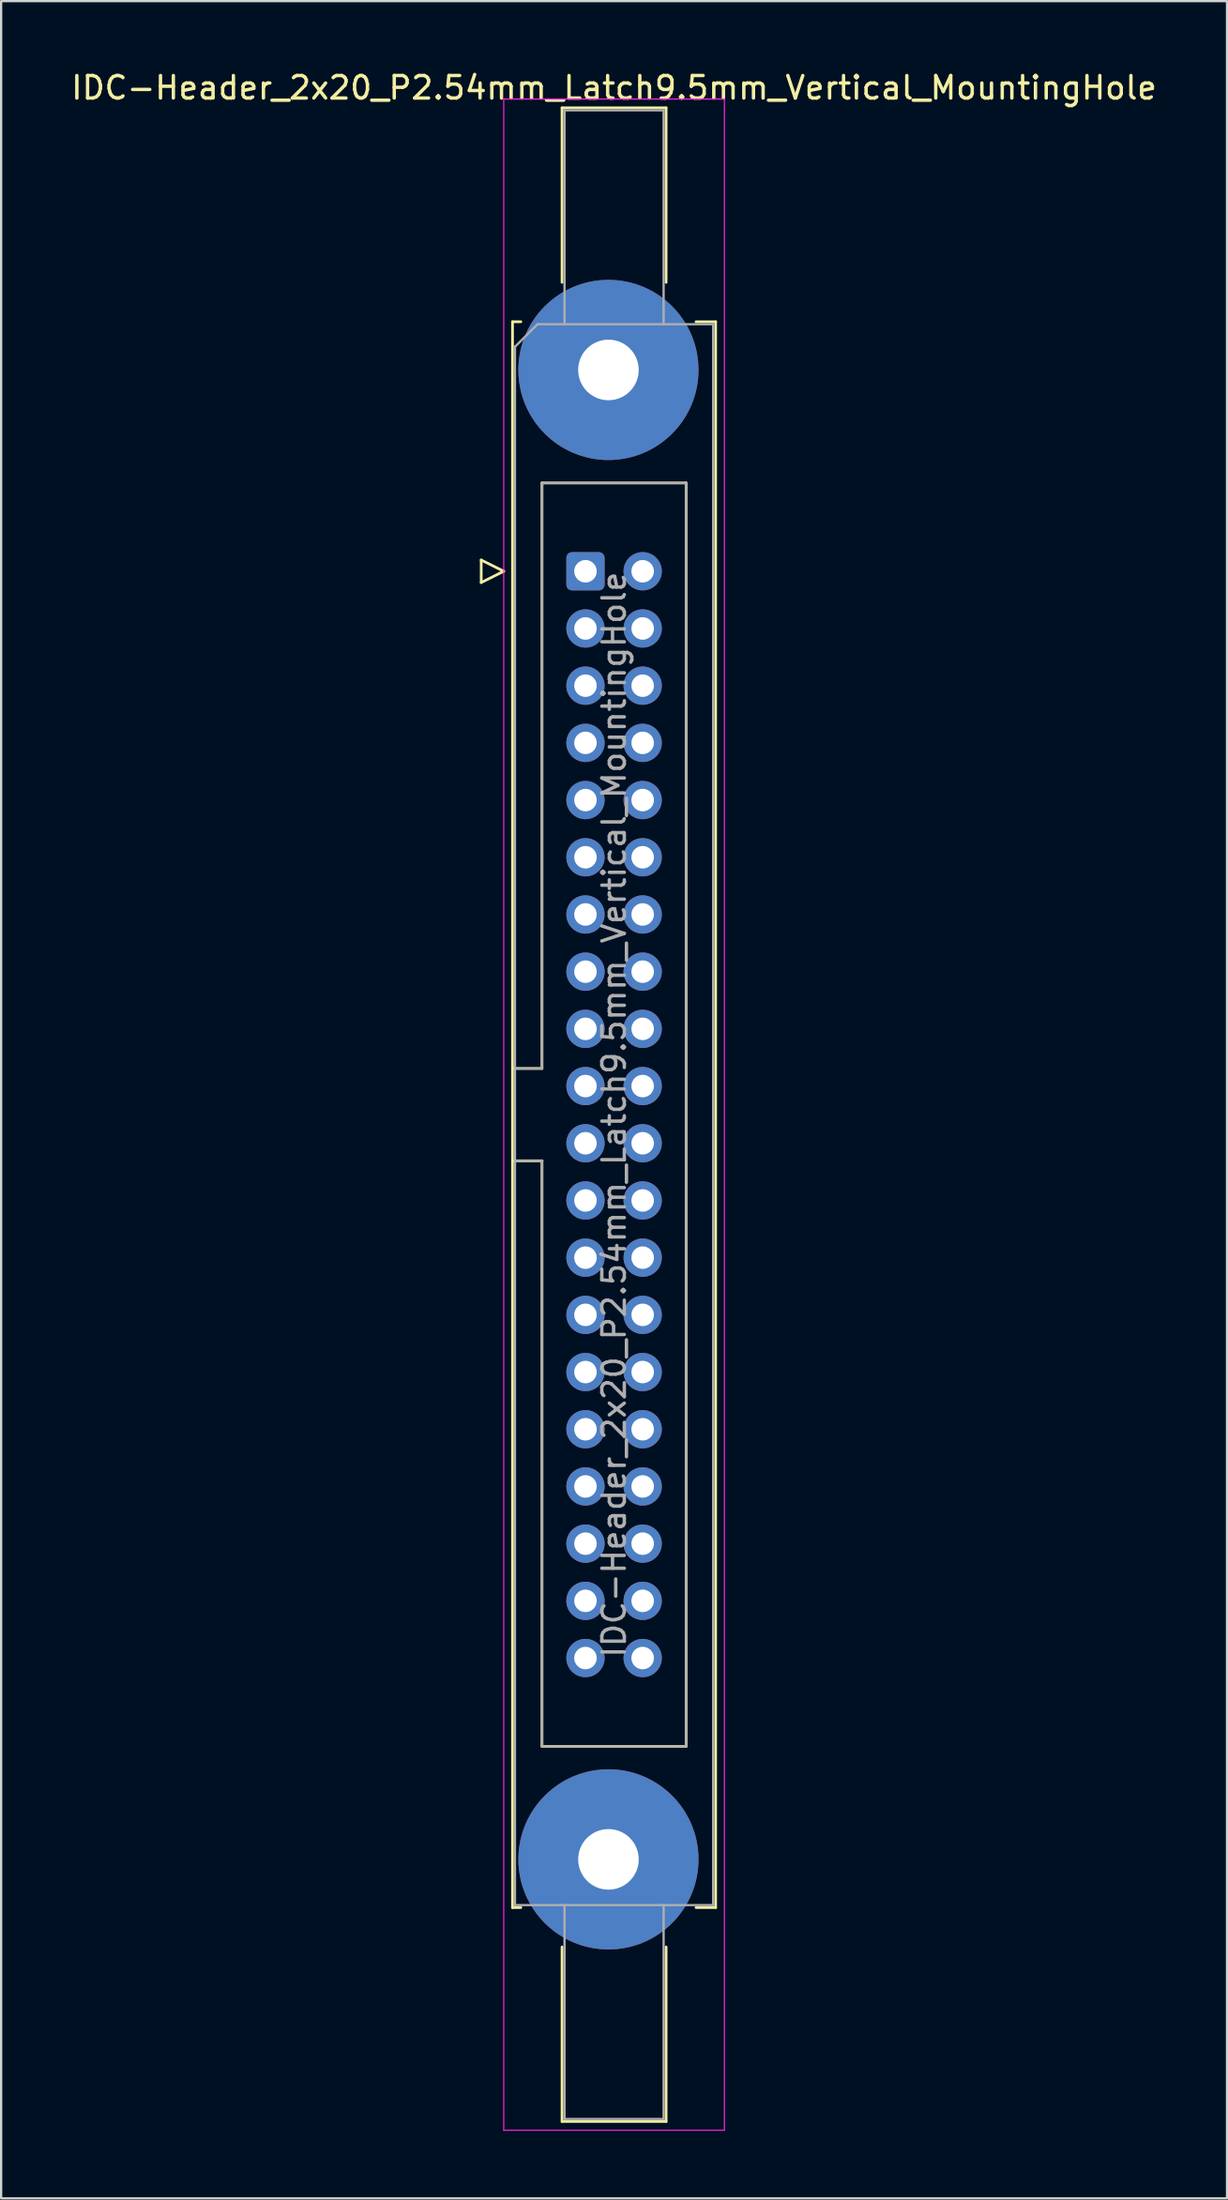
<source format=kicad_pcb>
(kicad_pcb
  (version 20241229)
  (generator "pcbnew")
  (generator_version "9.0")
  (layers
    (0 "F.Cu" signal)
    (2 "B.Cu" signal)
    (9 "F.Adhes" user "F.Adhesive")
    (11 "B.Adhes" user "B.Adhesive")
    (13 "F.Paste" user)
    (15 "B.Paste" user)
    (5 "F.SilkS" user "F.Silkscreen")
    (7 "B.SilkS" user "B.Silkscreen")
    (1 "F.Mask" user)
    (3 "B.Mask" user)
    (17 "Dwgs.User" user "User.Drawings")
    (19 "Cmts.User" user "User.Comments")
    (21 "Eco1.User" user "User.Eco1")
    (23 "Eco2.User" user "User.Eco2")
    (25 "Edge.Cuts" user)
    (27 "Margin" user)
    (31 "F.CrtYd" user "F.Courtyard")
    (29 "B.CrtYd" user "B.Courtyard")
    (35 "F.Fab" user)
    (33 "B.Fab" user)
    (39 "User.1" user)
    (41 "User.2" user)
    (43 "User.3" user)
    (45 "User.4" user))
  (footprint "IDC-Header_2x20_P2.54mm_Latch9.5mm_Vertical_MountingHole"
    (layer "F.Cu")
    (at 22.95 22.318)
    (property "Reference" "IDC-Header_2x20_P2.54mm_Latch9.5mm_Vertical_MountingHole" (at 1.27 -21.47 0) (layer "F.SilkS") (effects (font (size 1 1) (thickness 0.15))))
    (attr through_hole)
    (fp_line (start -4.63 -0.5) (end -4.63 0.5) (stroke (width 0.12) (type solid)) (layer "F.SilkS"))
    (fp_line (start -4.63 0.5) (end -3.63 0) (stroke (width 0.12) (type solid)) (layer "F.SilkS"))
    (fp_line (start -3.63 0) (end -4.63 -0.5) (stroke (width 0.12) (type solid)) (layer "F.SilkS"))
    (fp_line (start -3.24 -11.08) (end -3.24 59.34) (stroke (width 0.12) (type solid)) (layer "F.SilkS"))
    (fp_line (start -3.24 22.08) (end -1.93 22.08) (stroke (width 0.12) (type solid)) (layer "F.SilkS"))
    (fp_line (start -3.24 59.34) (end -2.87 59.34) (stroke (width 0.12) (type solid)) (layer "F.SilkS"))
    (fp_line (start -2.87 -11.08) (end -3.24 -11.08) (stroke (width 0.12) (type solid)) (layer "F.SilkS"))
    (fp_line (start -1.93 -3.92) (end 4.47 -3.92) (stroke (width 0.12) (type solid)) (layer "F.SilkS"))
    (fp_line (start -1.93 22.08) (end -1.93 -3.92) (stroke (width 0.12) (type solid)) (layer "F.SilkS"))
    (fp_line (start -1.93 26.18) (end -3.24 26.18) (stroke (width 0.12) (type solid)) (layer "F.SilkS"))
    (fp_line (start -1.93 26.18) (end -1.93 26.18) (stroke (width 0.12) (type solid)) (layer "F.SilkS"))
    (fp_line (start -1.93 52.18) (end -1.93 26.18) (stroke (width 0.12) (type solid)) (layer "F.SilkS"))
    (fp_line (start -1.04 -20.58) (end 3.58 -20.58) (stroke (width 0.12) (type solid)) (layer "F.SilkS"))
    (fp_line (start -1.04 -12.83) (end -1.04 -20.58) (stroke (width 0.12) (type solid)) (layer "F.SilkS"))
    (fp_line (start -1.04 61.09) (end -1.04 68.84) (stroke (width 0.12) (type solid)) (layer "F.SilkS"))
    (fp_line (start -1.04 68.84) (end 3.58 68.84) (stroke (width 0.12) (type solid)) (layer "F.SilkS"))
    (fp_line (start 3.58 -20.58) (end 3.58 -12.83) (stroke (width 0.12) (type solid)) (layer "F.SilkS"))
    (fp_line (start 3.58 68.84) (end 3.58 61.09) (stroke (width 0.12) (type solid)) (layer "F.SilkS"))
    (fp_line (start 4.47 -3.92) (end 4.47 52.18) (stroke (width 0.12) (type solid)) (layer "F.SilkS"))
    (fp_line (start 4.47 52.18) (end -1.93 52.18) (stroke (width 0.12) (type solid)) (layer "F.SilkS"))
    (fp_line (start 4.91 -11.08) (end 5.78 -11.08) (stroke (width 0.12) (type solid)) (layer "F.SilkS"))
    (fp_line (start 5.78 -11.08) (end 5.78 59.34) (stroke (width 0.12) (type solid)) (layer "F.SilkS"))
    (fp_line (start 5.78 59.34) (end 4.91 59.34) (stroke (width 0.12) (type solid)) (layer "F.SilkS"))
    (fp_line (start -3.63 -20.97) (end -3.63 69.23) (stroke (width 0.05) (type solid)) (layer "F.CrtYd"))
    (fp_line (start -3.63 69.23) (end 6.17 69.23) (stroke (width 0.05) (type solid)) (layer "F.CrtYd"))
    (fp_line (start 6.17 -20.97) (end -3.63 -20.97) (stroke (width 0.05) (type solid)) (layer "F.CrtYd"))
    (fp_line (start 6.17 69.23) (end 6.17 -20.97) (stroke (width 0.05) (type solid)) (layer "F.CrtYd"))
    (fp_line (start -3.13 -9.97) (end -2.13 -10.97) (stroke (width 0.1) (type solid)) (layer "F.Fab"))
    (fp_line (start -3.13 22.08) (end -1.93 22.08) (stroke (width 0.1) (type solid)) (layer "F.Fab"))
    (fp_line (start -3.13 59.23) (end -3.13 -9.97) (stroke (width 0.1) (type solid)) (layer "F.Fab"))
    (fp_line (start -2.13 -10.97) (end 5.67 -10.97) (stroke (width 0.1) (type solid)) (layer "F.Fab"))
    (fp_line (start -1.93 -3.92) (end 4.47 -3.92) (stroke (width 0.1) (type solid)) (layer "F.Fab"))
    (fp_line (start -1.93 22.08) (end -1.93 -3.92) (stroke (width 0.1) (type solid)) (layer "F.Fab"))
    (fp_line (start -1.93 26.18) (end -3.13 26.18) (stroke (width 0.1) (type solid)) (layer "F.Fab"))
    (fp_line (start -1.93 26.18) (end -1.93 26.18) (stroke (width 0.1) (type solid)) (layer "F.Fab"))
    (fp_line (start -1.93 52.18) (end -1.93 26.18) (stroke (width 0.1) (type solid)) (layer "F.Fab"))
    (fp_line (start -0.93 -20.47) (end 3.47 -20.47) (stroke (width 0.1) (type solid)) (layer "F.Fab"))
    (fp_line (start -0.93 -10.97) (end -0.93 -20.47) (stroke (width 0.1) (type solid)) (layer "F.Fab"))
    (fp_line (start -0.93 59.23) (end -0.93 68.73) (stroke (width 0.1) (type solid)) (layer "F.Fab"))
    (fp_line (start -0.93 68.73) (end 3.47 68.73) (stroke (width 0.1) (type solid)) (layer "F.Fab"))
    (fp_line (start 3.47 -20.47) (end 3.47 -10.97) (stroke (width 0.1) (type solid)) (layer "F.Fab"))
    (fp_line (start 3.47 68.73) (end 3.47 59.23) (stroke (width 0.1) (type solid)) (layer "F.Fab"))
    (fp_line (start 4.47 -3.92) (end 4.47 52.18) (stroke (width 0.1) (type solid)) (layer "F.Fab"))
    (fp_line (start 4.47 52.18) (end -1.93 52.18) (stroke (width 0.1) (type solid)) (layer "F.Fab"))
    (fp_line (start 5.67 -10.97) (end 5.67 59.23) (stroke (width 0.1) (type solid)) (layer "F.Fab"))
    (fp_line (start 5.67 59.23) (end -3.13 59.23) (stroke (width 0.1) (type solid)) (layer "F.Fab"))
    (fp_text user "${REFERENCE}" (at 1.27 24.13 90) (layer "F.Fab") (effects (font (size 1 1) (thickness 0.15))))
    (pad "" thru_hole circle (at 1.02 -8.94) (size 8 8) (drill 2.69) (layers "*.Cu" "*.Mask"))
    (pad "" thru_hole circle (at 1.02 57.2) (size 8 8) (drill 2.69) (layers "*.Cu" "*.Mask"))
    (pad "1" thru_hole roundrect (at 0 0) (size 1.7 1.7) (drill 1) (layers "*.Cu" "*.Mask") (roundrect_rratio 0.147))
    (pad "2" thru_hole circle (at 2.54 0) (size 1.7 1.7) (drill 1) (layers "*.Cu" "*.Mask"))
    (pad "3" thru_hole circle (at 0 2.54) (size 1.7 1.7) (drill 1) (layers "*.Cu" "*.Mask"))
    (pad "4" thru_hole circle (at 2.54 2.54) (size 1.7 1.7) (drill 1) (layers "*.Cu" "*.Mask"))
    (pad "5" thru_hole circle (at 0 5.08) (size 1.7 1.7) (drill 1) (layers "*.Cu" "*.Mask"))
    (pad "6" thru_hole circle (at 2.54 5.08) (size 1.7 1.7) (drill 1) (layers "*.Cu" "*.Mask"))
    (pad "7" thru_hole circle (at 0 7.62) (size 1.7 1.7) (drill 1) (layers "*.Cu" "*.Mask"))
    (pad "8" thru_hole circle (at 2.54 7.62) (size 1.7 1.7) (drill 1) (layers "*.Cu" "*.Mask"))
    (pad "9" thru_hole circle (at 0 10.16) (size 1.7 1.7) (drill 1) (layers "*.Cu" "*.Mask"))
    (pad "10" thru_hole circle (at 2.54 10.16) (size 1.7 1.7) (drill 1) (layers "*.Cu" "*.Mask"))
    (pad "11" thru_hole circle (at 0 12.7) (size 1.7 1.7) (drill 1) (layers "*.Cu" "*.Mask"))
    (pad "12" thru_hole circle (at 2.54 12.7) (size 1.7 1.7) (drill 1) (layers "*.Cu" "*.Mask"))
    (pad "13" thru_hole circle (at 0 15.24) (size 1.7 1.7) (drill 1) (layers "*.Cu" "*.Mask"))
    (pad "14" thru_hole circle (at 2.54 15.24) (size 1.7 1.7) (drill 1) (layers "*.Cu" "*.Mask"))
    (pad "15" thru_hole circle (at 0 17.78) (size 1.7 1.7) (drill 1) (layers "*.Cu" "*.Mask"))
    (pad "16" thru_hole circle (at 2.54 17.78) (size 1.7 1.7) (drill 1) (layers "*.Cu" "*.Mask"))
    (pad "17" thru_hole circle (at 0 20.32) (size 1.7 1.7) (drill 1) (layers "*.Cu" "*.Mask"))
    (pad "18" thru_hole circle (at 2.54 20.32) (size 1.7 1.7) (drill 1) (layers "*.Cu" "*.Mask"))
    (pad "19" thru_hole circle (at 0 22.86) (size 1.7 1.7) (drill 1) (layers "*.Cu" "*.Mask"))
    (pad "20" thru_hole circle (at 2.54 22.86) (size 1.7 1.7) (drill 1) (layers "*.Cu" "*.Mask"))
    (pad "21" thru_hole circle (at 0 25.4) (size 1.7 1.7) (drill 1) (layers "*.Cu" "*.Mask"))
    (pad "22" thru_hole circle (at 2.54 25.4) (size 1.7 1.7) (drill 1) (layers "*.Cu" "*.Mask"))
    (pad "23" thru_hole circle (at 0 27.94) (size 1.7 1.7) (drill 1) (layers "*.Cu" "*.Mask"))
    (pad "24" thru_hole circle (at 2.54 27.94) (size 1.7 1.7) (drill 1) (layers "*.Cu" "*.Mask"))
    (pad "25" thru_hole circle (at 0 30.48) (size 1.7 1.7) (drill 1) (layers "*.Cu" "*.Mask"))
    (pad "26" thru_hole circle (at 2.54 30.48) (size 1.7 1.7) (drill 1) (layers "*.Cu" "*.Mask"))
    (pad "27" thru_hole circle (at 0 33.02) (size 1.7 1.7) (drill 1) (layers "*.Cu" "*.Mask"))
    (pad "28" thru_hole circle (at 2.54 33.02) (size 1.7 1.7) (drill 1) (layers "*.Cu" "*.Mask"))
    (pad "29" thru_hole circle (at 0 35.56) (size 1.7 1.7) (drill 1) (layers "*.Cu" "*.Mask"))
    (pad "30" thru_hole circle (at 2.54 35.56) (size 1.7 1.7) (drill 1) (layers "*.Cu" "*.Mask"))
    (pad "31" thru_hole circle (at 0 38.1) (size 1.7 1.7) (drill 1) (layers "*.Cu" "*.Mask"))
    (pad "32" thru_hole circle (at 2.54 38.1) (size 1.7 1.7) (drill 1) (layers "*.Cu" "*.Mask"))
    (pad "33" thru_hole circle (at 0 40.64) (size 1.7 1.7) (drill 1) (layers "*.Cu" "*.Mask"))
    (pad "34" thru_hole circle (at 2.54 40.64) (size 1.7 1.7) (drill 1) (layers "*.Cu" "*.Mask"))
    (pad "35" thru_hole circle (at 0 43.18) (size 1.7 1.7) (drill 1) (layers "*.Cu" "*.Mask"))
    (pad "36" thru_hole circle (at 2.54 43.18) (size 1.7 1.7) (drill 1) (layers "*.Cu" "*.Mask"))
    (pad "37" thru_hole circle (at 0 45.72) (size 1.7 1.7) (drill 1) (layers "*.Cu" "*.Mask"))
    (pad "38" thru_hole circle (at 2.54 45.72) (size 1.7 1.7) (drill 1) (layers "*.Cu" "*.Mask"))
    (pad "39" thru_hole circle (at 0 48.26) (size 1.7 1.7) (drill 1) (layers "*.Cu" "*.Mask"))
    (pad "40" thru_hole circle (at 2.54 48.26) (size 1.7 1.7) (drill 1) (layers "*.Cu" "*.Mask")))
  (gr_rect
    (start -3 -3)
    (end 51.44 94.573)
    (stroke (width 0.1) (type default))
    (fill no)
    (layer "Edge.Cuts")))
</source>
